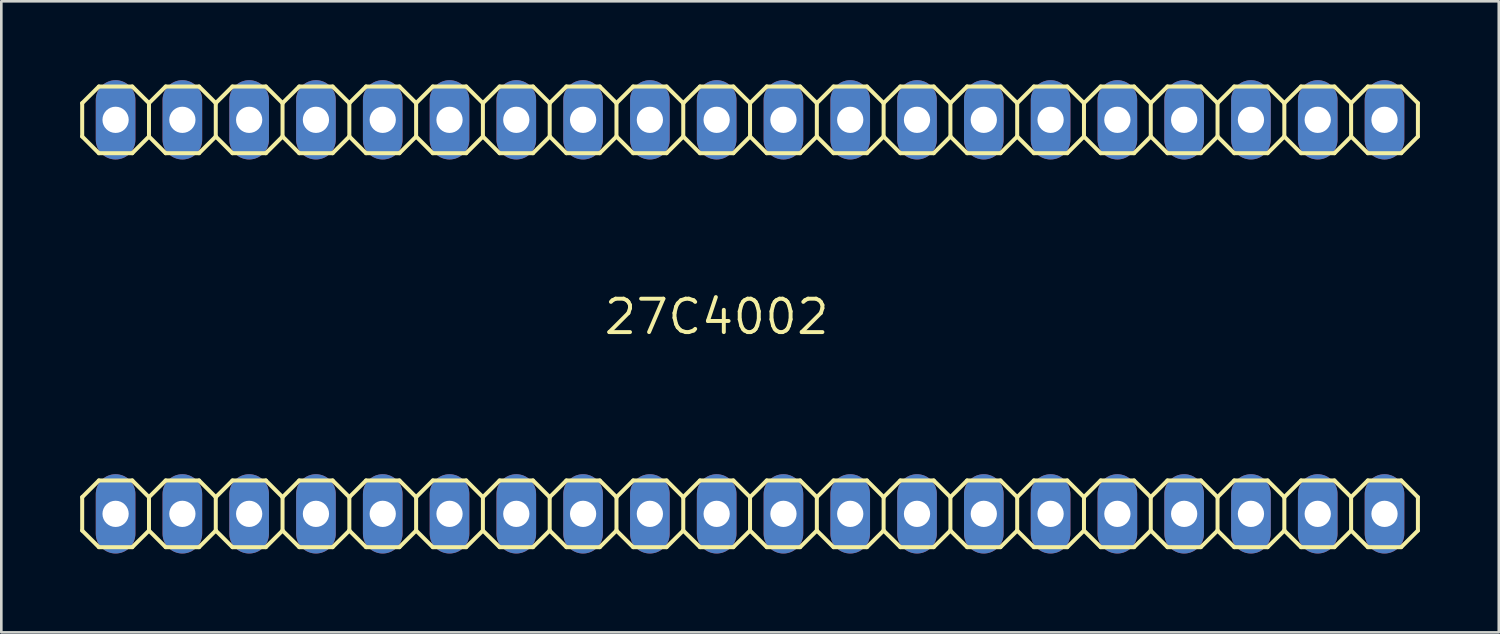
<source format=kicad_pcb>
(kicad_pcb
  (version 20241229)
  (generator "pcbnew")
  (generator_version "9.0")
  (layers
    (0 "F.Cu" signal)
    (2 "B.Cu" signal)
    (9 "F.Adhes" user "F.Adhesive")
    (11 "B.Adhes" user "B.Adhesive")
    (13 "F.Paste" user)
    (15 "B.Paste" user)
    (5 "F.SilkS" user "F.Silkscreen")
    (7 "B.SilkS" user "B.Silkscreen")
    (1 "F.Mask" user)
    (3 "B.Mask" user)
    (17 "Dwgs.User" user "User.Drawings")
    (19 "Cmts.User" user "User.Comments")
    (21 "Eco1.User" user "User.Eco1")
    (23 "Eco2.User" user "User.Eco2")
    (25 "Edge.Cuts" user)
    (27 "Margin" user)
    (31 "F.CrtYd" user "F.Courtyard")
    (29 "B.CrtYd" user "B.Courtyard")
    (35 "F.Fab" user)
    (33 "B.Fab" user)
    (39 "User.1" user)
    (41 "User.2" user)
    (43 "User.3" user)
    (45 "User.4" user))
  (footprint "27C4002"
    (layer "F.Cu")
    (at 24.206 9)
    (property "Reference" "27C4002" (at 0 0 0) (layer "F.SilkS") (effects (font (size 1.27 1.27) (thickness 0.15))))
    (attr exclude_from_pos_files exclude_from_bom)
    (fp_line (start -24.13 -8.128) (end -24.13 -6.858) (stroke (width 0.152) (type solid)) (layer "F.SilkS"))
    (fp_line (start -24.13 -6.858) (end -23.495 -6.223) (stroke (width 0.152) (type solid)) (layer "F.SilkS"))
    (fp_line (start -24.13 6.858) (end -24.13 8.128) (stroke (width 0.152) (type solid)) (layer "F.SilkS"))
    (fp_line (start -24.13 8.128) (end -23.495 8.76) (stroke (width 0.152) (type solid)) (layer "F.SilkS"))
    (fp_line (start -23.495 -8.76) (end -24.13 -8.128) (stroke (width 0.152) (type solid)) (layer "F.SilkS"))
    (fp_line (start -23.495 -8.76) (end -22.225 -8.76) (stroke (width 0.152) (type solid)) (layer "F.SilkS"))
    (fp_line (start -23.495 6.223) (end -24.13 6.858) (stroke (width 0.152) (type solid)) (layer "F.SilkS"))
    (fp_line (start -23.495 6.223) (end -22.225 6.223) (stroke (width 0.152) (type solid)) (layer "F.SilkS"))
    (fp_line (start -22.225 -8.76) (end -21.59 -8.128) (stroke (width 0.152) (type solid)) (layer "F.SilkS"))
    (fp_line (start -22.225 -6.223) (end -23.495 -6.223) (stroke (width 0.152) (type solid)) (layer "F.SilkS"))
    (fp_line (start -22.225 6.223) (end -21.59 6.858) (stroke (width 0.152) (type solid)) (layer "F.SilkS"))
    (fp_line (start -22.225 8.76) (end -23.495 8.76) (stroke (width 0.152) (type solid)) (layer "F.SilkS"))
    (fp_line (start -21.59 -8.128) (end -21.59 -6.858) (stroke (width 0.152) (type solid)) (layer "F.SilkS"))
    (fp_line (start -21.59 -8.128) (end -20.955 -8.76) (stroke (width 0.152) (type solid)) (layer "F.SilkS"))
    (fp_line (start -21.59 -6.858) (end -22.225 -6.223) (stroke (width 0.152) (type solid)) (layer "F.SilkS"))
    (fp_line (start -21.59 6.858) (end -21.59 8.128) (stroke (width 0.152) (type solid)) (layer "F.SilkS"))
    (fp_line (start -21.59 6.858) (end -20.955 6.223) (stroke (width 0.152) (type solid)) (layer "F.SilkS"))
    (fp_line (start -21.59 8.128) (end -22.225 8.76) (stroke (width 0.152) (type solid)) (layer "F.SilkS"))
    (fp_line (start -20.955 -8.76) (end -19.685 -8.76) (stroke (width 0.152) (type solid)) (layer "F.SilkS"))
    (fp_line (start -20.955 -6.223) (end -21.59 -6.858) (stroke (width 0.152) (type solid)) (layer "F.SilkS"))
    (fp_line (start -20.955 6.223) (end -19.685 6.223) (stroke (width 0.152) (type solid)) (layer "F.SilkS"))
    (fp_line (start -20.955 8.76) (end -21.59 8.128) (stroke (width 0.152) (type solid)) (layer "F.SilkS"))
    (fp_line (start -19.685 -8.76) (end -19.05 -8.128) (stroke (width 0.152) (type solid)) (layer "F.SilkS"))
    (fp_line (start -19.685 -6.223) (end -20.955 -6.223) (stroke (width 0.152) (type solid)) (layer "F.SilkS"))
    (fp_line (start -19.685 6.223) (end -19.05 6.858) (stroke (width 0.152) (type solid)) (layer "F.SilkS"))
    (fp_line (start -19.685 8.76) (end -20.955 8.76) (stroke (width 0.152) (type solid)) (layer "F.SilkS"))
    (fp_line (start -19.05 -8.128) (end -19.05 -6.858) (stroke (width 0.152) (type solid)) (layer "F.SilkS"))
    (fp_line (start -19.05 -8.128) (end -18.415 -8.76) (stroke (width 0.152) (type solid)) (layer "F.SilkS"))
    (fp_line (start -19.05 -6.858) (end -19.685 -6.223) (stroke (width 0.152) (type solid)) (layer "F.SilkS"))
    (fp_line (start -19.05 6.858) (end -19.05 8.128) (stroke (width 0.152) (type solid)) (layer "F.SilkS"))
    (fp_line (start -19.05 6.858) (end -18.415 6.223) (stroke (width 0.152) (type solid)) (layer "F.SilkS"))
    (fp_line (start -19.05 8.128) (end -19.685 8.76) (stroke (width 0.152) (type solid)) (layer "F.SilkS"))
    (fp_line (start -18.415 -8.76) (end -17.145 -8.76) (stroke (width 0.152) (type solid)) (layer "F.SilkS"))
    (fp_line (start -18.415 -6.223) (end -19.05 -6.858) (stroke (width 0.152) (type solid)) (layer "F.SilkS"))
    (fp_line (start -18.415 6.223) (end -17.145 6.223) (stroke (width 0.152) (type solid)) (layer "F.SilkS"))
    (fp_line (start -18.415 8.76) (end -19.05 8.128) (stroke (width 0.152) (type solid)) (layer "F.SilkS"))
    (fp_line (start -17.145 -8.76) (end -16.51 -8.128) (stroke (width 0.152) (type solid)) (layer "F.SilkS"))
    (fp_line (start -17.145 -6.223) (end -18.415 -6.223) (stroke (width 0.152) (type solid)) (layer "F.SilkS"))
    (fp_line (start -17.145 6.223) (end -16.51 6.858) (stroke (width 0.152) (type solid)) (layer "F.SilkS"))
    (fp_line (start -17.145 8.76) (end -18.415 8.76) (stroke (width 0.152) (type solid)) (layer "F.SilkS"))
    (fp_line (start -16.51 -8.128) (end -16.51 -6.858) (stroke (width 0.152) (type solid)) (layer "F.SilkS"))
    (fp_line (start -16.51 -6.858) (end -17.145 -6.223) (stroke (width 0.152) (type solid)) (layer "F.SilkS"))
    (fp_line (start -16.51 -6.858) (end -15.875 -6.223) (stroke (width 0.152) (type solid)) (layer "F.SilkS"))
    (fp_line (start -16.51 6.858) (end -16.51 8.128) (stroke (width 0.152) (type solid)) (layer "F.SilkS"))
    (fp_line (start -16.51 8.128) (end -17.145 8.76) (stroke (width 0.152) (type solid)) (layer "F.SilkS"))
    (fp_line (start -16.51 8.128) (end -15.875 8.76) (stroke (width 0.152) (type solid)) (layer "F.SilkS"))
    (fp_line (start -15.875 -8.76) (end -16.51 -8.128) (stroke (width 0.152) (type solid)) (layer "F.SilkS"))
    (fp_line (start -15.875 -8.76) (end -14.605 -8.76) (stroke (width 0.152) (type solid)) (layer "F.SilkS"))
    (fp_line (start -15.875 6.223) (end -16.51 6.858) (stroke (width 0.152) (type solid)) (layer "F.SilkS"))
    (fp_line (start -15.875 6.223) (end -14.605 6.223) (stroke (width 0.152) (type solid)) (layer "F.SilkS"))
    (fp_line (start -14.605 -8.76) (end -13.97 -8.128) (stroke (width 0.152) (type solid)) (layer "F.SilkS"))
    (fp_line (start -14.605 -6.223) (end -15.875 -6.223) (stroke (width 0.152) (type solid)) (layer "F.SilkS"))
    (fp_line (start -14.605 6.223) (end -13.97 6.858) (stroke (width 0.152) (type solid)) (layer "F.SilkS"))
    (fp_line (start -14.605 8.76) (end -15.875 8.76) (stroke (width 0.152) (type solid)) (layer "F.SilkS"))
    (fp_line (start -13.97 -8.128) (end -13.97 -6.858) (stroke (width 0.152) (type solid)) (layer "F.SilkS"))
    (fp_line (start -13.97 -8.128) (end -13.335 -8.76) (stroke (width 0.152) (type solid)) (layer "F.SilkS"))
    (fp_line (start -13.97 -6.858) (end -14.605 -6.223) (stroke (width 0.152) (type solid)) (layer "F.SilkS"))
    (fp_line (start -13.97 6.858) (end -13.97 8.128) (stroke (width 0.152) (type solid)) (layer "F.SilkS"))
    (fp_line (start -13.97 6.858) (end -13.335 6.223) (stroke (width 0.152) (type solid)) (layer "F.SilkS"))
    (fp_line (start -13.97 8.128) (end -14.605 8.76) (stroke (width 0.152) (type solid)) (layer "F.SilkS"))
    (fp_line (start -13.335 -8.76) (end -12.065 -8.76) (stroke (width 0.152) (type solid)) (layer "F.SilkS"))
    (fp_line (start -13.335 -6.223) (end -13.97 -6.858) (stroke (width 0.152) (type solid)) (layer "F.SilkS"))
    (fp_line (start -13.335 6.223) (end -12.065 6.223) (stroke (width 0.152) (type solid)) (layer "F.SilkS"))
    (fp_line (start -13.335 8.76) (end -13.97 8.128) (stroke (width 0.152) (type solid)) (layer "F.SilkS"))
    (fp_line (start -12.065 -8.76) (end -11.43 -8.128) (stroke (width 0.152) (type solid)) (layer "F.SilkS"))
    (fp_line (start -12.065 -6.223) (end -13.335 -6.223) (stroke (width 0.152) (type solid)) (layer "F.SilkS"))
    (fp_line (start -12.065 6.223) (end -11.43 6.858) (stroke (width 0.152) (type solid)) (layer "F.SilkS"))
    (fp_line (start -12.065 8.76) (end -13.335 8.76) (stroke (width 0.152) (type solid)) (layer "F.SilkS"))
    (fp_line (start -11.43 -8.128) (end -11.43 -6.858) (stroke (width 0.152) (type solid)) (layer "F.SilkS"))
    (fp_line (start -11.43 -8.128) (end -10.795 -8.76) (stroke (width 0.152) (type solid)) (layer "F.SilkS"))
    (fp_line (start -11.43 -6.858) (end -12.065 -6.223) (stroke (width 0.152) (type solid)) (layer "F.SilkS"))
    (fp_line (start -11.43 6.858) (end -11.43 8.128) (stroke (width 0.152) (type solid)) (layer "F.SilkS"))
    (fp_line (start -11.43 6.858) (end -10.795 6.223) (stroke (width 0.152) (type solid)) (layer "F.SilkS"))
    (fp_line (start -11.43 8.128) (end -12.065 8.76) (stroke (width 0.152) (type solid)) (layer "F.SilkS"))
    (fp_line (start -10.795 -8.76) (end -9.525 -8.76) (stroke (width 0.152) (type solid)) (layer "F.SilkS"))
    (fp_line (start -10.795 -6.223) (end -11.43 -6.858) (stroke (width 0.152) (type solid)) (layer "F.SilkS"))
    (fp_line (start -10.795 6.223) (end -9.525 6.223) (stroke (width 0.152) (type solid)) (layer "F.SilkS"))
    (fp_line (start -10.795 8.76) (end -11.43 8.128) (stroke (width 0.152) (type solid)) (layer "F.SilkS"))
    (fp_line (start -9.525 -8.76) (end -8.89 -8.128) (stroke (width 0.152) (type solid)) (layer "F.SilkS"))
    (fp_line (start -9.525 -6.223) (end -10.795 -6.223) (stroke (width 0.152) (type solid)) (layer "F.SilkS"))
    (fp_line (start -9.525 6.223) (end -8.89 6.858) (stroke (width 0.152) (type solid)) (layer "F.SilkS"))
    (fp_line (start -9.525 8.76) (end -10.795 8.76) (stroke (width 0.152) (type solid)) (layer "F.SilkS"))
    (fp_line (start -8.89 -8.128) (end -8.89 -6.858) (stroke (width 0.152) (type solid)) (layer "F.SilkS"))
    (fp_line (start -8.89 -6.858) (end -9.525 -6.223) (stroke (width 0.152) (type solid)) (layer "F.SilkS"))
    (fp_line (start -8.89 -6.858) (end -8.255 -6.223) (stroke (width 0.152) (type solid)) (layer "F.SilkS"))
    (fp_line (start -8.89 6.858) (end -8.89 8.128) (stroke (width 0.152) (type solid)) (layer "F.SilkS"))
    (fp_line (start -8.89 8.128) (end -9.525 8.76) (stroke (width 0.152) (type solid)) (layer "F.SilkS"))
    (fp_line (start -8.89 8.128) (end -8.255 8.76) (stroke (width 0.152) (type solid)) (layer "F.SilkS"))
    (fp_line (start -8.255 -8.76) (end -8.89 -8.128) (stroke (width 0.152) (type solid)) (layer "F.SilkS"))
    (fp_line (start -8.255 -8.76) (end -6.985 -8.76) (stroke (width 0.152) (type solid)) (layer "F.SilkS"))
    (fp_line (start -8.255 6.223) (end -8.89 6.858) (stroke (width 0.152) (type solid)) (layer "F.SilkS"))
    (fp_line (start -8.255 6.223) (end -6.985 6.223) (stroke (width 0.152) (type solid)) (layer "F.SilkS"))
    (fp_line (start -6.985 -8.76) (end -6.35 -8.128) (stroke (width 0.152) (type solid)) (layer "F.SilkS"))
    (fp_line (start -6.985 -6.223) (end -8.255 -6.223) (stroke (width 0.152) (type solid)) (layer "F.SilkS"))
    (fp_line (start -6.985 6.223) (end -6.35 6.858) (stroke (width 0.152) (type solid)) (layer "F.SilkS"))
    (fp_line (start -6.985 8.76) (end -8.255 8.76) (stroke (width 0.152) (type solid)) (layer "F.SilkS"))
    (fp_line (start -6.35 -8.128) (end -6.35 -6.858) (stroke (width 0.152) (type solid)) (layer "F.SilkS"))
    (fp_line (start -6.35 -8.128) (end -5.715 -8.76) (stroke (width 0.152) (type solid)) (layer "F.SilkS"))
    (fp_line (start -6.35 -6.858) (end -6.985 -6.223) (stroke (width 0.152) (type solid)) (layer "F.SilkS"))
    (fp_line (start -6.35 6.858) (end -6.35 8.128) (stroke (width 0.152) (type solid)) (layer "F.SilkS"))
    (fp_line (start -6.35 6.858) (end -5.715 6.223) (stroke (width 0.152) (type solid)) (layer "F.SilkS"))
    (fp_line (start -6.35 8.128) (end -6.985 8.76) (stroke (width 0.152) (type solid)) (layer "F.SilkS"))
    (fp_line (start -5.715 -8.76) (end -4.445 -8.76) (stroke (width 0.152) (type solid)) (layer "F.SilkS"))
    (fp_line (start -5.715 -6.223) (end -6.35 -6.858) (stroke (width 0.152) (type solid)) (layer "F.SilkS"))
    (fp_line (start -5.715 6.223) (end -4.445 6.223) (stroke (width 0.152) (type solid)) (layer "F.SilkS"))
    (fp_line (start -5.715 8.76) (end -6.35 8.128) (stroke (width 0.152) (type solid)) (layer "F.SilkS"))
    (fp_line (start -4.445 -8.76) (end -3.81 -8.128) (stroke (width 0.152) (type solid)) (layer "F.SilkS"))
    (fp_line (start -4.445 -6.223) (end -5.715 -6.223) (stroke (width 0.152) (type solid)) (layer "F.SilkS"))
    (fp_line (start -4.445 6.223) (end -3.81 6.858) (stroke (width 0.152) (type solid)) (layer "F.SilkS"))
    (fp_line (start -4.445 8.76) (end -5.715 8.76) (stroke (width 0.152) (type solid)) (layer "F.SilkS"))
    (fp_line (start -3.81 -8.128) (end -3.81 -6.858) (stroke (width 0.152) (type solid)) (layer "F.SilkS"))
    (fp_line (start -3.81 -8.128) (end -3.175 -8.76) (stroke (width 0.152) (type solid)) (layer "F.SilkS"))
    (fp_line (start -3.81 -6.858) (end -4.445 -6.223) (stroke (width 0.152) (type solid)) (layer "F.SilkS"))
    (fp_line (start -3.81 6.858) (end -3.81 8.128) (stroke (width 0.152) (type solid)) (layer "F.SilkS"))
    (fp_line (start -3.81 6.858) (end -3.175 6.223) (stroke (width 0.152) (type solid)) (layer "F.SilkS"))
    (fp_line (start -3.81 8.128) (end -4.445 8.76) (stroke (width 0.152) (type solid)) (layer "F.SilkS"))
    (fp_line (start -3.175 -8.76) (end -1.905 -8.76) (stroke (width 0.152) (type solid)) (layer "F.SilkS"))
    (fp_line (start -3.175 -6.223) (end -3.81 -6.858) (stroke (width 0.152) (type solid)) (layer "F.SilkS"))
    (fp_line (start -3.175 6.223) (end -1.905 6.223) (stroke (width 0.152) (type solid)) (layer "F.SilkS"))
    (fp_line (start -3.175 8.76) (end -3.81 8.128) (stroke (width 0.152) (type solid)) (layer "F.SilkS"))
    (fp_line (start -1.905 -8.76) (end -1.27 -8.128) (stroke (width 0.152) (type solid)) (layer "F.SilkS"))
    (fp_line (start -1.905 -6.223) (end -3.175 -6.223) (stroke (width 0.152) (type solid)) (layer "F.SilkS"))
    (fp_line (start -1.905 6.223) (end -1.27 6.858) (stroke (width 0.152) (type solid)) (layer "F.SilkS"))
    (fp_line (start -1.905 8.76) (end -3.175 8.76) (stroke (width 0.152) (type solid)) (layer "F.SilkS"))
    (fp_line (start -1.27 -8.128) (end -1.27 -6.858) (stroke (width 0.152) (type solid)) (layer "F.SilkS"))
    (fp_line (start -1.27 -6.858) (end -1.905 -6.223) (stroke (width 0.152) (type solid)) (layer "F.SilkS"))
    (fp_line (start -1.27 -6.858) (end -0.635 -6.223) (stroke (width 0.152) (type solid)) (layer "F.SilkS"))
    (fp_line (start -1.27 6.858) (end -1.27 8.128) (stroke (width 0.152) (type solid)) (layer "F.SilkS"))
    (fp_line (start -1.27 8.128) (end -1.905 8.76) (stroke (width 0.152) (type solid)) (layer "F.SilkS"))
    (fp_line (start -1.27 8.128) (end -0.635 8.76) (stroke (width 0.152) (type solid)) (layer "F.SilkS"))
    (fp_line (start -0.635 -8.76) (end -1.27 -8.128) (stroke (width 0.152) (type solid)) (layer "F.SilkS"))
    (fp_line (start -0.635 -8.76) (end 0.635 -8.76) (stroke (width 0.152) (type solid)) (layer "F.SilkS"))
    (fp_line (start -0.635 6.223) (end -1.27 6.858) (stroke (width 0.152) (type solid)) (layer "F.SilkS"))
    (fp_line (start -0.635 6.223) (end 0.635 6.223) (stroke (width 0.152) (type solid)) (layer "F.SilkS"))
    (fp_line (start 0.635 -8.76) (end 1.27 -8.128) (stroke (width 0.152) (type solid)) (layer "F.SilkS"))
    (fp_line (start 0.635 -6.223) (end -0.635 -6.223) (stroke (width 0.152) (type solid)) (layer "F.SilkS"))
    (fp_line (start 0.635 6.223) (end 1.27 6.858) (stroke (width 0.152) (type solid)) (layer "F.SilkS"))
    (fp_line (start 0.635 8.76) (end -0.635 8.76) (stroke (width 0.152) (type solid)) (layer "F.SilkS"))
    (fp_line (start 1.27 -8.128) (end 1.27 -6.858) (stroke (width 0.152) (type solid)) (layer "F.SilkS"))
    (fp_line (start 1.27 -8.128) (end 1.905 -8.76) (stroke (width 0.152) (type solid)) (layer "F.SilkS"))
    (fp_line (start 1.27 -6.858) (end 0.635 -6.223) (stroke (width 0.152) (type solid)) (layer "F.SilkS"))
    (fp_line (start 1.27 6.858) (end 1.27 8.128) (stroke (width 0.152) (type solid)) (layer "F.SilkS"))
    (fp_line (start 1.27 6.858) (end 1.905 6.223) (stroke (width 0.152) (type solid)) (layer "F.SilkS"))
    (fp_line (start 1.27 8.128) (end 0.635 8.76) (stroke (width 0.152) (type solid)) (layer "F.SilkS"))
    (fp_line (start 1.905 -8.76) (end 3.175 -8.76) (stroke (width 0.152) (type solid)) (layer "F.SilkS"))
    (fp_line (start 1.905 -6.223) (end 1.27 -6.858) (stroke (width 0.152) (type solid)) (layer "F.SilkS"))
    (fp_line (start 1.905 6.223) (end 3.175 6.223) (stroke (width 0.152) (type solid)) (layer "F.SilkS"))
    (fp_line (start 1.905 8.76) (end 1.27 8.128) (stroke (width 0.152) (type solid)) (layer "F.SilkS"))
    (fp_line (start 3.175 -8.76) (end 3.81 -8.128) (stroke (width 0.152) (type solid)) (layer "F.SilkS"))
    (fp_line (start 3.175 -6.223) (end 1.905 -6.223) (stroke (width 0.152) (type solid)) (layer "F.SilkS"))
    (fp_line (start 3.175 6.223) (end 3.81 6.858) (stroke (width 0.152) (type solid)) (layer "F.SilkS"))
    (fp_line (start 3.175 8.76) (end 1.905 8.76) (stroke (width 0.152) (type solid)) (layer "F.SilkS"))
    (fp_line (start 3.81 -8.128) (end 3.81 -6.858) (stroke (width 0.152) (type solid)) (layer "F.SilkS"))
    (fp_line (start 3.81 -8.128) (end 4.445 -8.76) (stroke (width 0.152) (type solid)) (layer "F.SilkS"))
    (fp_line (start 3.81 -6.858) (end 3.175 -6.223) (stroke (width 0.152) (type solid)) (layer "F.SilkS"))
    (fp_line (start 3.81 6.858) (end 3.81 8.128) (stroke (width 0.152) (type solid)) (layer "F.SilkS"))
    (fp_line (start 3.81 6.858) (end 4.445 6.223) (stroke (width 0.152) (type solid)) (layer "F.SilkS"))
    (fp_line (start 3.81 8.128) (end 3.175 8.76) (stroke (width 0.152) (type solid)) (layer "F.SilkS"))
    (fp_line (start 4.445 -8.76) (end 5.715 -8.76) (stroke (width 0.152) (type solid)) (layer "F.SilkS"))
    (fp_line (start 4.445 -6.223) (end 3.81 -6.858) (stroke (width 0.152) (type solid)) (layer "F.SilkS"))
    (fp_line (start 4.445 6.223) (end 5.715 6.223) (stroke (width 0.152) (type solid)) (layer "F.SilkS"))
    (fp_line (start 4.445 8.76) (end 3.81 8.128) (stroke (width 0.152) (type solid)) (layer "F.SilkS"))
    (fp_line (start 5.715 -8.76) (end 6.35 -8.128) (stroke (width 0.152) (type solid)) (layer "F.SilkS"))
    (fp_line (start 5.715 -6.223) (end 4.445 -6.223) (stroke (width 0.152) (type solid)) (layer "F.SilkS"))
    (fp_line (start 5.715 6.223) (end 6.35 6.858) (stroke (width 0.152) (type solid)) (layer "F.SilkS"))
    (fp_line (start 5.715 8.76) (end 4.445 8.76) (stroke (width 0.152) (type solid)) (layer "F.SilkS"))
    (fp_line (start 6.35 -8.128) (end 6.35 -6.858) (stroke (width 0.152) (type solid)) (layer "F.SilkS"))
    (fp_line (start 6.35 -6.858) (end 5.715 -6.223) (stroke (width 0.152) (type solid)) (layer "F.SilkS"))
    (fp_line (start 6.35 -6.858) (end 6.985 -6.223) (stroke (width 0.152) (type solid)) (layer "F.SilkS"))
    (fp_line (start 6.35 6.858) (end 6.35 8.128) (stroke (width 0.152) (type solid)) (layer "F.SilkS"))
    (fp_line (start 6.35 8.128) (end 5.715 8.76) (stroke (width 0.152) (type solid)) (layer "F.SilkS"))
    (fp_line (start 6.35 8.128) (end 6.985 8.76) (stroke (width 0.152) (type solid)) (layer "F.SilkS"))
    (fp_line (start 6.985 -8.76) (end 6.35 -8.128) (stroke (width 0.152) (type solid)) (layer "F.SilkS"))
    (fp_line (start 6.985 -8.76) (end 8.255 -8.76) (stroke (width 0.152) (type solid)) (layer "F.SilkS"))
    (fp_line (start 6.985 6.223) (end 6.35 6.858) (stroke (width 0.152) (type solid)) (layer "F.SilkS"))
    (fp_line (start 6.985 6.223) (end 8.255 6.223) (stroke (width 0.152) (type solid)) (layer "F.SilkS"))
    (fp_line (start 8.255 -8.76) (end 8.89 -8.128) (stroke (width 0.152) (type solid)) (layer "F.SilkS"))
    (fp_line (start 8.255 -6.223) (end 6.985 -6.223) (stroke (width 0.152) (type solid)) (layer "F.SilkS"))
    (fp_line (start 8.255 6.223) (end 8.89 6.858) (stroke (width 0.152) (type solid)) (layer "F.SilkS"))
    (fp_line (start 8.255 8.76) (end 6.985 8.76) (stroke (width 0.152) (type solid)) (layer "F.SilkS"))
    (fp_line (start 8.89 -8.128) (end 8.89 -6.858) (stroke (width 0.152) (type solid)) (layer "F.SilkS"))
    (fp_line (start 8.89 -8.128) (end 9.525 -8.76) (stroke (width 0.152) (type solid)) (layer "F.SilkS"))
    (fp_line (start 8.89 -6.858) (end 8.255 -6.223) (stroke (width 0.152) (type solid)) (layer "F.SilkS"))
    (fp_line (start 8.89 6.858) (end 8.89 8.128) (stroke (width 0.152) (type solid)) (layer "F.SilkS"))
    (fp_line (start 8.89 6.858) (end 9.525 6.223) (stroke (width 0.152) (type solid)) (layer "F.SilkS"))
    (fp_line (start 8.89 8.128) (end 8.255 8.76) (stroke (width 0.152) (type solid)) (layer "F.SilkS"))
    (fp_line (start 9.525 -8.76) (end 10.795 -8.76) (stroke (width 0.152) (type solid)) (layer "F.SilkS"))
    (fp_line (start 9.525 -6.223) (end 8.89 -6.858) (stroke (width 0.152) (type solid)) (layer "F.SilkS"))
    (fp_line (start 9.525 6.223) (end 10.795 6.223) (stroke (width 0.152) (type solid)) (layer "F.SilkS"))
    (fp_line (start 9.525 8.76) (end 8.89 8.128) (stroke (width 0.152) (type solid)) (layer "F.SilkS"))
    (fp_line (start 10.795 -8.76) (end 11.43 -8.128) (stroke (width 0.152) (type solid)) (layer "F.SilkS"))
    (fp_line (start 10.795 -6.223) (end 9.525 -6.223) (stroke (width 0.152) (type solid)) (layer "F.SilkS"))
    (fp_line (start 10.795 6.223) (end 11.43 6.858) (stroke (width 0.152) (type solid)) (layer "F.SilkS"))
    (fp_line (start 10.795 8.76) (end 9.525 8.76) (stroke (width 0.152) (type solid)) (layer "F.SilkS"))
    (fp_line (start 11.43 -8.128) (end 11.43 -6.858) (stroke (width 0.152) (type solid)) (layer "F.SilkS"))
    (fp_line (start 11.43 -8.128) (end 12.065 -8.76) (stroke (width 0.152) (type solid)) (layer "F.SilkS"))
    (fp_line (start 11.43 -6.858) (end 10.795 -6.223) (stroke (width 0.152) (type solid)) (layer "F.SilkS"))
    (fp_line (start 11.43 6.858) (end 11.43 8.128) (stroke (width 0.152) (type solid)) (layer "F.SilkS"))
    (fp_line (start 11.43 6.858) (end 12.065 6.223) (stroke (width 0.152) (type solid)) (layer "F.SilkS"))
    (fp_line (start 11.43 8.128) (end 10.795 8.76) (stroke (width 0.152) (type solid)) (layer "F.SilkS"))
    (fp_line (start 12.065 -8.76) (end 13.335 -8.76) (stroke (width 0.152) (type solid)) (layer "F.SilkS"))
    (fp_line (start 12.065 -6.223) (end 11.43 -6.858) (stroke (width 0.152) (type solid)) (layer "F.SilkS"))
    (fp_line (start 12.065 6.223) (end 13.335 6.223) (stroke (width 0.152) (type solid)) (layer "F.SilkS"))
    (fp_line (start 12.065 8.76) (end 11.43 8.128) (stroke (width 0.152) (type solid)) (layer "F.SilkS"))
    (fp_line (start 13.335 -8.76) (end 13.97 -8.128) (stroke (width 0.152) (type solid)) (layer "F.SilkS"))
    (fp_line (start 13.335 -6.223) (end 12.065 -6.223) (stroke (width 0.152) (type solid)) (layer "F.SilkS"))
    (fp_line (start 13.335 6.223) (end 13.97 6.858) (stroke (width 0.152) (type solid)) (layer "F.SilkS"))
    (fp_line (start 13.335 8.76) (end 12.065 8.76) (stroke (width 0.152) (type solid)) (layer "F.SilkS"))
    (fp_line (start 13.97 -8.128) (end 13.97 -6.858) (stroke (width 0.152) (type solid)) (layer "F.SilkS"))
    (fp_line (start 13.97 -6.858) (end 13.335 -6.223) (stroke (width 0.152) (type solid)) (layer "F.SilkS"))
    (fp_line (start 13.97 -6.858) (end 14.605 -6.223) (stroke (width 0.152) (type solid)) (layer "F.SilkS"))
    (fp_line (start 13.97 6.858) (end 13.97 8.128) (stroke (width 0.152) (type solid)) (layer "F.SilkS"))
    (fp_line (start 13.97 8.128) (end 13.335 8.76) (stroke (width 0.152) (type solid)) (layer "F.SilkS"))
    (fp_line (start 13.97 8.128) (end 14.605 8.76) (stroke (width 0.152) (type solid)) (layer "F.SilkS"))
    (fp_line (start 14.605 -8.76) (end 13.97 -8.128) (stroke (width 0.152) (type solid)) (layer "F.SilkS"))
    (fp_line (start 14.605 -8.76) (end 15.875 -8.76) (stroke (width 0.152) (type solid)) (layer "F.SilkS"))
    (fp_line (start 14.605 6.223) (end 13.97 6.858) (stroke (width 0.152) (type solid)) (layer "F.SilkS"))
    (fp_line (start 14.605 6.223) (end 15.875 6.223) (stroke (width 0.152) (type solid)) (layer "F.SilkS"))
    (fp_line (start 15.875 -8.76) (end 16.51 -8.128) (stroke (width 0.152) (type solid)) (layer "F.SilkS"))
    (fp_line (start 15.875 -6.223) (end 14.605 -6.223) (stroke (width 0.152) (type solid)) (layer "F.SilkS"))
    (fp_line (start 15.875 6.223) (end 16.51 6.858) (stroke (width 0.152) (type solid)) (layer "F.SilkS"))
    (fp_line (start 15.875 8.76) (end 14.605 8.76) (stroke (width 0.152) (type solid)) (layer "F.SilkS"))
    (fp_line (start 16.51 -8.128) (end 16.51 -6.858) (stroke (width 0.152) (type solid)) (layer "F.SilkS"))
    (fp_line (start 16.51 -8.128) (end 17.145 -8.76) (stroke (width 0.152) (type solid)) (layer "F.SilkS"))
    (fp_line (start 16.51 -6.858) (end 15.875 -6.223) (stroke (width 0.152) (type solid)) (layer "F.SilkS"))
    (fp_line (start 16.51 6.858) (end 16.51 8.128) (stroke (width 0.152) (type solid)) (layer "F.SilkS"))
    (fp_line (start 16.51 6.858) (end 17.145 6.223) (stroke (width 0.152) (type solid)) (layer "F.SilkS"))
    (fp_line (start 16.51 8.128) (end 15.875 8.76) (stroke (width 0.152) (type solid)) (layer "F.SilkS"))
    (fp_line (start 17.145 -8.76) (end 18.415 -8.76) (stroke (width 0.152) (type solid)) (layer "F.SilkS"))
    (fp_line (start 17.145 -6.223) (end 16.51 -6.858) (stroke (width 0.152) (type solid)) (layer "F.SilkS"))
    (fp_line (start 17.145 6.223) (end 18.415 6.223) (stroke (width 0.152) (type solid)) (layer "F.SilkS"))
    (fp_line (start 17.145 8.76) (end 16.51 8.128) (stroke (width 0.152) (type solid)) (layer "F.SilkS"))
    (fp_line (start 18.415 -8.76) (end 19.05 -8.128) (stroke (width 0.152) (type solid)) (layer "F.SilkS"))
    (fp_line (start 18.415 -6.223) (end 17.145 -6.223) (stroke (width 0.152) (type solid)) (layer "F.SilkS"))
    (fp_line (start 18.415 6.223) (end 19.05 6.858) (stroke (width 0.152) (type solid)) (layer "F.SilkS"))
    (fp_line (start 18.415 8.76) (end 17.145 8.76) (stroke (width 0.152) (type solid)) (layer "F.SilkS"))
    (fp_line (start 19.05 -8.128) (end 19.05 -6.858) (stroke (width 0.152) (type solid)) (layer "F.SilkS"))
    (fp_line (start 19.05 -8.128) (end 19.685 -8.76) (stroke (width 0.152) (type solid)) (layer "F.SilkS"))
    (fp_line (start 19.05 -6.858) (end 18.415 -6.223) (stroke (width 0.152) (type solid)) (layer "F.SilkS"))
    (fp_line (start 19.05 6.858) (end 19.05 8.128) (stroke (width 0.152) (type solid)) (layer "F.SilkS"))
    (fp_line (start 19.05 6.858) (end 19.685 6.223) (stroke (width 0.152) (type solid)) (layer "F.SilkS"))
    (fp_line (start 19.05 8.128) (end 18.415 8.76) (stroke (width 0.152) (type solid)) (layer "F.SilkS"))
    (fp_line (start 19.685 -8.76) (end 20.955 -8.76) (stroke (width 0.152) (type solid)) (layer "F.SilkS"))
    (fp_line (start 19.685 -6.223) (end 19.05 -6.858) (stroke (width 0.152) (type solid)) (layer "F.SilkS"))
    (fp_line (start 19.685 6.223) (end 20.955 6.223) (stroke (width 0.152) (type solid)) (layer "F.SilkS"))
    (fp_line (start 19.685 8.76) (end 19.05 8.128) (stroke (width 0.152) (type solid)) (layer "F.SilkS"))
    (fp_line (start 20.955 -8.76) (end 21.59 -8.128) (stroke (width 0.152) (type solid)) (layer "F.SilkS"))
    (fp_line (start 20.955 -6.223) (end 19.685 -6.223) (stroke (width 0.152) (type solid)) (layer "F.SilkS"))
    (fp_line (start 20.955 6.223) (end 21.59 6.858) (stroke (width 0.152) (type solid)) (layer "F.SilkS"))
    (fp_line (start 20.955 8.76) (end 19.685 8.76) (stroke (width 0.152) (type solid)) (layer "F.SilkS"))
    (fp_line (start 21.59 -8.128) (end 21.59 -6.858) (stroke (width 0.152) (type solid)) (layer "F.SilkS"))
    (fp_line (start 21.59 -6.858) (end 20.955 -6.223) (stroke (width 0.152) (type solid)) (layer "F.SilkS"))
    (fp_line (start 21.59 -6.858) (end 22.225 -6.223) (stroke (width 0.152) (type solid)) (layer "F.SilkS"))
    (fp_line (start 21.59 6.858) (end 21.59 8.128) (stroke (width 0.152) (type solid)) (layer "F.SilkS"))
    (fp_line (start 21.59 8.128) (end 20.955 8.76) (stroke (width 0.152) (type solid)) (layer "F.SilkS"))
    (fp_line (start 21.59 8.128) (end 22.225 8.76) (stroke (width 0.152) (type solid)) (layer "F.SilkS"))
    (fp_line (start 22.225 -8.76) (end 21.59 -8.128) (stroke (width 0.152) (type solid)) (layer "F.SilkS"))
    (fp_line (start 22.225 -8.76) (end 23.495 -8.76) (stroke (width 0.152) (type solid)) (layer "F.SilkS"))
    (fp_line (start 22.225 6.223) (end 21.59 6.858) (stroke (width 0.152) (type solid)) (layer "F.SilkS"))
    (fp_line (start 22.225 6.223) (end 23.495 6.223) (stroke (width 0.152) (type solid)) (layer "F.SilkS"))
    (fp_line (start 23.495 -8.76) (end 24.13 -8.128) (stroke (width 0.152) (type solid)) (layer "F.SilkS"))
    (fp_line (start 23.495 -6.223) (end 22.225 -6.223) (stroke (width 0.152) (type solid)) (layer "F.SilkS"))
    (fp_line (start 23.495 6.223) (end 24.13 6.858) (stroke (width 0.152) (type solid)) (layer "F.SilkS"))
    (fp_line (start 23.495 8.76) (end 22.225 8.76) (stroke (width 0.152) (type solid)) (layer "F.SilkS"))
    (fp_line (start 24.13 -8.128) (end 24.13 -6.858) (stroke (width 0.152) (type solid)) (layer "F.SilkS"))
    (fp_line (start 24.13 -6.858) (end 23.495 -6.223) (stroke (width 0.152) (type solid)) (layer "F.SilkS"))
    (fp_line (start 24.13 -6.858) (end 24.765 -6.223) (stroke (width 0.152) (type solid)) (layer "F.SilkS"))
    (fp_line (start 24.13 6.858) (end 24.13 8.128) (stroke (width 0.152) (type solid)) (layer "F.SilkS"))
    (fp_line (start 24.13 8.128) (end 23.495 8.76) (stroke (width 0.152) (type solid)) (layer "F.SilkS"))
    (fp_line (start 24.13 8.128) (end 24.765 8.76) (stroke (width 0.152) (type solid)) (layer "F.SilkS"))
    (fp_line (start 24.765 -8.76) (end 24.13 -8.128) (stroke (width 0.152) (type solid)) (layer "F.SilkS"))
    (fp_line (start 24.765 -8.76) (end 26.035 -8.76) (stroke (width 0.152) (type solid)) (layer "F.SilkS"))
    (fp_line (start 24.765 6.223) (end 24.13 6.858) (stroke (width 0.152) (type solid)) (layer "F.SilkS"))
    (fp_line (start 24.765 6.223) (end 26.035 6.223) (stroke (width 0.152) (type solid)) (layer "F.SilkS"))
    (fp_line (start 26.035 -8.76) (end 26.67 -8.128) (stroke (width 0.152) (type solid)) (layer "F.SilkS"))
    (fp_line (start 26.035 -6.223) (end 24.765 -6.223) (stroke (width 0.152) (type solid)) (layer "F.SilkS"))
    (fp_line (start 26.035 6.223) (end 26.67 6.858) (stroke (width 0.152) (type solid)) (layer "F.SilkS"))
    (fp_line (start 26.035 8.76) (end 24.765 8.76) (stroke (width 0.152) (type solid)) (layer "F.SilkS"))
    (fp_line (start 26.67 -8.128) (end 26.67 -6.858) (stroke (width 0.152) (type solid)) (layer "F.SilkS"))
    (fp_line (start 26.67 -6.858) (end 26.035 -6.223) (stroke (width 0.152) (type solid)) (layer "F.SilkS"))
    (fp_line (start 26.67 6.858) (end 26.67 8.128) (stroke (width 0.152) (type solid)) (layer "F.SilkS"))
    (fp_line (start 26.67 8.128) (end 26.035 8.76) (stroke (width 0.152) (type solid)) (layer "F.SilkS"))
    (fp_line (start -23.114 -7.747) (end -22.606 -7.747) (stroke (width 0.066) (type solid)) (layer "Dwgs.User"))
    (fp_line (start -23.114 -7.236) (end -23.114 -7.747) (stroke (width 0.066) (type solid)) (layer "Dwgs.User"))
    (fp_line (start -23.114 -7.236) (end -22.606 -7.236) (stroke (width 0.066) (type solid)) (layer "Dwgs.User"))
    (fp_line (start -23.114 7.236) (end -22.606 7.236) (stroke (width 0.066) (type solid)) (layer "Dwgs.User"))
    (fp_line (start -23.114 7.747) (end -23.114 7.236) (stroke (width 0.066) (type solid)) (layer "Dwgs.User"))
    (fp_line (start -23.114 7.747) (end -22.606 7.747) (stroke (width 0.066) (type solid)) (layer "Dwgs.User"))
    (fp_line (start -22.606 -7.236) (end -22.606 -7.747) (stroke (width 0.066) (type solid)) (layer "Dwgs.User"))
    (fp_line (start -22.606 7.747) (end -22.606 7.236) (stroke (width 0.066) (type solid)) (layer "Dwgs.User"))
    (fp_line (start -20.574 -7.747) (end -20.066 -7.747) (stroke (width 0.066) (type solid)) (layer "Dwgs.User"))
    (fp_line (start -20.574 -7.236) (end -20.574 -7.747) (stroke (width 0.066) (type solid)) (layer "Dwgs.User"))
    (fp_line (start -20.574 -7.236) (end -20.066 -7.236) (stroke (width 0.066) (type solid)) (layer "Dwgs.User"))
    (fp_line (start -20.574 7.236) (end -20.066 7.236) (stroke (width 0.066) (type solid)) (layer "Dwgs.User"))
    (fp_line (start -20.574 7.747) (end -20.574 7.236) (stroke (width 0.066) (type solid)) (layer "Dwgs.User"))
    (fp_line (start -20.574 7.747) (end -20.066 7.747) (stroke (width 0.066) (type solid)) (layer "Dwgs.User"))
    (fp_line (start -20.066 -7.236) (end -20.066 -7.747) (stroke (width 0.066) (type solid)) (layer "Dwgs.User"))
    (fp_line (start -20.066 7.747) (end -20.066 7.236) (stroke (width 0.066) (type solid)) (layer "Dwgs.User"))
    (fp_line (start -18.034 -7.747) (end -17.523 -7.747) (stroke (width 0.066) (type solid)) (layer "Dwgs.User"))
    (fp_line (start -18.034 -7.236) (end -18.034 -7.747) (stroke (width 0.066) (type solid)) (layer "Dwgs.User"))
    (fp_line (start -18.034 -7.236) (end -17.523 -7.236) (stroke (width 0.066) (type solid)) (layer "Dwgs.User"))
    (fp_line (start -18.034 7.236) (end -17.523 7.236) (stroke (width 0.066) (type solid)) (layer "Dwgs.User"))
    (fp_line (start -18.034 7.747) (end -18.034 7.236) (stroke (width 0.066) (type solid)) (layer "Dwgs.User"))
    (fp_line (start -18.034 7.747) (end -17.523 7.747) (stroke (width 0.066) (type solid)) (layer "Dwgs.User"))
    (fp_line (start -17.523 -7.236) (end -17.523 -7.747) (stroke (width 0.066) (type solid)) (layer "Dwgs.User"))
    (fp_line (start -17.523 7.747) (end -17.523 7.236) (stroke (width 0.066) (type solid)) (layer "Dwgs.User"))
    (fp_line (start -15.494 -7.747) (end -14.986 -7.747) (stroke (width 0.066) (type solid)) (layer "Dwgs.User"))
    (fp_line (start -15.494 -7.236) (end -15.494 -7.747) (stroke (width 0.066) (type solid)) (layer "Dwgs.User"))
    (fp_line (start -15.494 -7.236) (end -14.986 -7.236) (stroke (width 0.066) (type solid)) (layer "Dwgs.User"))
    (fp_line (start -15.494 7.236) (end -14.986 7.236) (stroke (width 0.066) (type solid)) (layer "Dwgs.User"))
    (fp_line (start -15.494 7.747) (end -15.494 7.236) (stroke (width 0.066) (type solid)) (layer "Dwgs.User"))
    (fp_line (start -15.494 7.747) (end -14.986 7.747) (stroke (width 0.066) (type solid)) (layer "Dwgs.User"))
    (fp_line (start -14.986 -7.236) (end -14.986 -7.747) (stroke (width 0.066) (type solid)) (layer "Dwgs.User"))
    (fp_line (start -14.986 7.747) (end -14.986 7.236) (stroke (width 0.066) (type solid)) (layer "Dwgs.User"))
    (fp_line (start -12.954 -7.747) (end -12.446 -7.747) (stroke (width 0.066) (type solid)) (layer "Dwgs.User"))
    (fp_line (start -12.954 -7.236) (end -12.954 -7.747) (stroke (width 0.066) (type solid)) (layer "Dwgs.User"))
    (fp_line (start -12.954 -7.236) (end -12.446 -7.236) (stroke (width 0.066) (type solid)) (layer "Dwgs.User"))
    (fp_line (start -12.954 7.236) (end -12.446 7.236) (stroke (width 0.066) (type solid)) (layer "Dwgs.User"))
    (fp_line (start -12.954 7.747) (end -12.954 7.236) (stroke (width 0.066) (type solid)) (layer "Dwgs.User"))
    (fp_line (start -12.954 7.747) (end -12.446 7.747) (stroke (width 0.066) (type solid)) (layer "Dwgs.User"))
    (fp_line (start -12.446 -7.236) (end -12.446 -7.747) (stroke (width 0.066) (type solid)) (layer "Dwgs.User"))
    (fp_line (start -12.446 7.747) (end -12.446 7.236) (stroke (width 0.066) (type solid)) (layer "Dwgs.User"))
    (fp_line (start -10.414 -7.747) (end -9.906 -7.747) (stroke (width 0.066) (type solid)) (layer "Dwgs.User"))
    (fp_line (start -10.414 -7.236) (end -10.414 -7.747) (stroke (width 0.066) (type solid)) (layer "Dwgs.User"))
    (fp_line (start -10.414 -7.236) (end -9.906 -7.236) (stroke (width 0.066) (type solid)) (layer "Dwgs.User"))
    (fp_line (start -10.414 7.236) (end -9.906 7.236) (stroke (width 0.066) (type solid)) (layer "Dwgs.User"))
    (fp_line (start -10.414 7.747) (end -10.414 7.236) (stroke (width 0.066) (type solid)) (layer "Dwgs.User"))
    (fp_line (start -10.414 7.747) (end -9.906 7.747) (stroke (width 0.066) (type solid)) (layer "Dwgs.User"))
    (fp_line (start -9.906 -7.236) (end -9.906 -7.747) (stroke (width 0.066) (type solid)) (layer "Dwgs.User"))
    (fp_line (start -9.906 7.747) (end -9.906 7.236) (stroke (width 0.066) (type solid)) (layer "Dwgs.User"))
    (fp_line (start -7.874 -7.747) (end -7.366 -7.747) (stroke (width 0.066) (type solid)) (layer "Dwgs.User"))
    (fp_line (start -7.874 -7.236) (end -7.874 -7.747) (stroke (width 0.066) (type solid)) (layer "Dwgs.User"))
    (fp_line (start -7.874 -7.236) (end -7.366 -7.236) (stroke (width 0.066) (type solid)) (layer "Dwgs.User"))
    (fp_line (start -7.874 7.236) (end -7.366 7.236) (stroke (width 0.066) (type solid)) (layer "Dwgs.User"))
    (fp_line (start -7.874 7.747) (end -7.874 7.236) (stroke (width 0.066) (type solid)) (layer "Dwgs.User"))
    (fp_line (start -7.874 7.747) (end -7.366 7.747) (stroke (width 0.066) (type solid)) (layer "Dwgs.User"))
    (fp_line (start -7.366 -7.236) (end -7.366 -7.747) (stroke (width 0.066) (type solid)) (layer "Dwgs.User"))
    (fp_line (start -7.366 7.747) (end -7.366 7.236) (stroke (width 0.066) (type solid)) (layer "Dwgs.User"))
    (fp_line (start -5.334 -7.747) (end -4.826 -7.747) (stroke (width 0.066) (type solid)) (layer "Dwgs.User"))
    (fp_line (start -5.334 -7.236) (end -5.334 -7.747) (stroke (width 0.066) (type solid)) (layer "Dwgs.User"))
    (fp_line (start -5.334 -7.236) (end -4.826 -7.236) (stroke (width 0.066) (type solid)) (layer "Dwgs.User"))
    (fp_line (start -5.334 7.236) (end -4.826 7.236) (stroke (width 0.066) (type solid)) (layer "Dwgs.User"))
    (fp_line (start -5.334 7.747) (end -5.334 7.236) (stroke (width 0.066) (type solid)) (layer "Dwgs.User"))
    (fp_line (start -5.334 7.747) (end -4.826 7.747) (stroke (width 0.066) (type solid)) (layer "Dwgs.User"))
    (fp_line (start -4.826 -7.236) (end -4.826 -7.747) (stroke (width 0.066) (type solid)) (layer "Dwgs.User"))
    (fp_line (start -4.826 7.747) (end -4.826 7.236) (stroke (width 0.066) (type solid)) (layer "Dwgs.User"))
    (fp_line (start -2.794 -7.747) (end -2.286 -7.747) (stroke (width 0.066) (type solid)) (layer "Dwgs.User"))
    (fp_line (start -2.794 -7.236) (end -2.794 -7.747) (stroke (width 0.066) (type solid)) (layer "Dwgs.User"))
    (fp_line (start -2.794 -7.236) (end -2.286 -7.236) (stroke (width 0.066) (type solid)) (layer "Dwgs.User"))
    (fp_line (start -2.794 7.236) (end -2.286 7.236) (stroke (width 0.066) (type solid)) (layer "Dwgs.User"))
    (fp_line (start -2.794 7.747) (end -2.794 7.236) (stroke (width 0.066) (type solid)) (layer "Dwgs.User"))
    (fp_line (start -2.794 7.747) (end -2.286 7.747) (stroke (width 0.066) (type solid)) (layer "Dwgs.User"))
    (fp_line (start -2.286 -7.236) (end -2.286 -7.747) (stroke (width 0.066) (type solid)) (layer "Dwgs.User"))
    (fp_line (start -2.286 7.747) (end -2.286 7.236) (stroke (width 0.066) (type solid)) (layer "Dwgs.User"))
    (fp_line (start -0.254 -7.747) (end 0.254 -7.747) (stroke (width 0.066) (type solid)) (layer "Dwgs.User"))
    (fp_line (start -0.254 -7.236) (end -0.254 -7.747) (stroke (width 0.066) (type solid)) (layer "Dwgs.User"))
    (fp_line (start -0.254 -7.236) (end 0.254 -7.236) (stroke (width 0.066) (type solid)) (layer "Dwgs.User"))
    (fp_line (start -0.254 7.236) (end 0.254 7.236) (stroke (width 0.066) (type solid)) (layer "Dwgs.User"))
    (fp_line (start -0.254 7.747) (end -0.254 7.236) (stroke (width 0.066) (type solid)) (layer "Dwgs.User"))
    (fp_line (start -0.254 7.747) (end 0.254 7.747) (stroke (width 0.066) (type solid)) (layer "Dwgs.User"))
    (fp_line (start 0.254 -7.236) (end 0.254 -7.747) (stroke (width 0.066) (type solid)) (layer "Dwgs.User"))
    (fp_line (start 0.254 7.747) (end 0.254 7.236) (stroke (width 0.066) (type solid)) (layer "Dwgs.User"))
    (fp_line (start 2.286 -7.747) (end 2.794 -7.747) (stroke (width 0.066) (type solid)) (layer "Dwgs.User"))
    (fp_line (start 2.286 -7.236) (end 2.286 -7.747) (stroke (width 0.066) (type solid)) (layer "Dwgs.User"))
    (fp_line (start 2.286 -7.236) (end 2.794 -7.236) (stroke (width 0.066) (type solid)) (layer "Dwgs.User"))
    (fp_line (start 2.286 7.236) (end 2.794 7.236) (stroke (width 0.066) (type solid)) (layer "Dwgs.User"))
    (fp_line (start 2.286 7.747) (end 2.286 7.236) (stroke (width 0.066) (type solid)) (layer "Dwgs.User"))
    (fp_line (start 2.286 7.747) (end 2.794 7.747) (stroke (width 0.066) (type solid)) (layer "Dwgs.User"))
    (fp_line (start 2.794 -7.236) (end 2.794 -7.747) (stroke (width 0.066) (type solid)) (layer "Dwgs.User"))
    (fp_line (start 2.794 7.747) (end 2.794 7.236) (stroke (width 0.066) (type solid)) (layer "Dwgs.User"))
    (fp_line (start 4.826 -7.747) (end 5.334 -7.747) (stroke (width 0.066) (type solid)) (layer "Dwgs.User"))
    (fp_line (start 4.826 -7.236) (end 4.826 -7.747) (stroke (width 0.066) (type solid)) (layer "Dwgs.User"))
    (fp_line (start 4.826 -7.236) (end 5.334 -7.236) (stroke (width 0.066) (type solid)) (layer "Dwgs.User"))
    (fp_line (start 4.826 7.236) (end 5.334 7.236) (stroke (width 0.066) (type solid)) (layer "Dwgs.User"))
    (fp_line (start 4.826 7.747) (end 4.826 7.236) (stroke (width 0.066) (type solid)) (layer "Dwgs.User"))
    (fp_line (start 4.826 7.747) (end 5.334 7.747) (stroke (width 0.066) (type solid)) (layer "Dwgs.User"))
    (fp_line (start 5.334 -7.236) (end 5.334 -7.747) (stroke (width 0.066) (type solid)) (layer "Dwgs.User"))
    (fp_line (start 5.334 7.747) (end 5.334 7.236) (stroke (width 0.066) (type solid)) (layer "Dwgs.User"))
    (fp_line (start 7.366 -7.747) (end 7.874 -7.747) (stroke (width 0.066) (type solid)) (layer "Dwgs.User"))
    (fp_line (start 7.366 -7.236) (end 7.366 -7.747) (stroke (width 0.066) (type solid)) (layer "Dwgs.User"))
    (fp_line (start 7.366 -7.236) (end 7.874 -7.236) (stroke (width 0.066) (type solid)) (layer "Dwgs.User"))
    (fp_line (start 7.366 7.236) (end 7.874 7.236) (stroke (width 0.066) (type solid)) (layer "Dwgs.User"))
    (fp_line (start 7.366 7.747) (end 7.366 7.236) (stroke (width 0.066) (type solid)) (layer "Dwgs.User"))
    (fp_line (start 7.366 7.747) (end 7.874 7.747) (stroke (width 0.066) (type solid)) (layer "Dwgs.User"))
    (fp_line (start 7.874 -7.236) (end 7.874 -7.747) (stroke (width 0.066) (type solid)) (layer "Dwgs.User"))
    (fp_line (start 7.874 7.747) (end 7.874 7.236) (stroke (width 0.066) (type solid)) (layer "Dwgs.User"))
    (fp_line (start 9.906 -7.747) (end 10.414 -7.747) (stroke (width 0.066) (type solid)) (layer "Dwgs.User"))
    (fp_line (start 9.906 -7.236) (end 9.906 -7.747) (stroke (width 0.066) (type solid)) (layer "Dwgs.User"))
    (fp_line (start 9.906 -7.236) (end 10.414 -7.236) (stroke (width 0.066) (type solid)) (layer "Dwgs.User"))
    (fp_line (start 9.906 7.236) (end 10.414 7.236) (stroke (width 0.066) (type solid)) (layer "Dwgs.User"))
    (fp_line (start 9.906 7.747) (end 9.906 7.236) (stroke (width 0.066) (type solid)) (layer "Dwgs.User"))
    (fp_line (start 9.906 7.747) (end 10.414 7.747) (stroke (width 0.066) (type solid)) (layer "Dwgs.User"))
    (fp_line (start 10.414 -7.236) (end 10.414 -7.747) (stroke (width 0.066) (type solid)) (layer "Dwgs.User"))
    (fp_line (start 10.414 7.747) (end 10.414 7.236) (stroke (width 0.066) (type solid)) (layer "Dwgs.User"))
    (fp_line (start 12.446 -7.747) (end 12.954 -7.747) (stroke (width 0.066) (type solid)) (layer "Dwgs.User"))
    (fp_line (start 12.446 -7.236) (end 12.446 -7.747) (stroke (width 0.066) (type solid)) (layer "Dwgs.User"))
    (fp_line (start 12.446 -7.236) (end 12.954 -7.236) (stroke (width 0.066) (type solid)) (layer "Dwgs.User"))
    (fp_line (start 12.446 7.236) (end 12.954 7.236) (stroke (width 0.066) (type solid)) (layer "Dwgs.User"))
    (fp_line (start 12.446 7.747) (end 12.446 7.236) (stroke (width 0.066) (type solid)) (layer "Dwgs.User"))
    (fp_line (start 12.446 7.747) (end 12.954 7.747) (stroke (width 0.066) (type solid)) (layer "Dwgs.User"))
    (fp_line (start 12.954 -7.236) (end 12.954 -7.747) (stroke (width 0.066) (type solid)) (layer "Dwgs.User"))
    (fp_line (start 12.954 7.747) (end 12.954 7.236) (stroke (width 0.066) (type solid)) (layer "Dwgs.User"))
    (fp_line (start 14.986 -7.747) (end 15.494 -7.747) (stroke (width 0.066) (type solid)) (layer "Dwgs.User"))
    (fp_line (start 14.986 -7.236) (end 14.986 -7.747) (stroke (width 0.066) (type solid)) (layer "Dwgs.User"))
    (fp_line (start 14.986 -7.236) (end 15.494 -7.236) (stroke (width 0.066) (type solid)) (layer "Dwgs.User"))
    (fp_line (start 14.986 7.236) (end 15.494 7.236) (stroke (width 0.066) (type solid)) (layer "Dwgs.User"))
    (fp_line (start 14.986 7.747) (end 14.986 7.236) (stroke (width 0.066) (type solid)) (layer "Dwgs.User"))
    (fp_line (start 14.986 7.747) (end 15.494 7.747) (stroke (width 0.066) (type solid)) (layer "Dwgs.User"))
    (fp_line (start 15.494 -7.236) (end 15.494 -7.747) (stroke (width 0.066) (type solid)) (layer "Dwgs.User"))
    (fp_line (start 15.494 7.747) (end 15.494 7.236) (stroke (width 0.066) (type solid)) (layer "Dwgs.User"))
    (fp_line (start 17.523 -7.747) (end 18.034 -7.747) (stroke (width 0.066) (type solid)) (layer "Dwgs.User"))
    (fp_line (start 17.523 -7.236) (end 17.523 -7.747) (stroke (width 0.066) (type solid)) (layer "Dwgs.User"))
    (fp_line (start 17.523 -7.236) (end 18.034 -7.236) (stroke (width 0.066) (type solid)) (layer "Dwgs.User"))
    (fp_line (start 17.523 7.236) (end 18.034 7.236) (stroke (width 0.066) (type solid)) (layer "Dwgs.User"))
    (fp_line (start 17.523 7.747) (end 17.523 7.236) (stroke (width 0.066) (type solid)) (layer "Dwgs.User"))
    (fp_line (start 17.523 7.747) (end 18.034 7.747) (stroke (width 0.066) (type solid)) (layer "Dwgs.User"))
    (fp_line (start 18.034 -7.236) (end 18.034 -7.747) (stroke (width 0.066) (type solid)) (layer "Dwgs.User"))
    (fp_line (start 18.034 7.747) (end 18.034 7.236) (stroke (width 0.066) (type solid)) (layer "Dwgs.User"))
    (fp_line (start 20.066 -7.747) (end 20.574 -7.747) (stroke (width 0.066) (type solid)) (layer "Dwgs.User"))
    (fp_line (start 20.066 -7.236) (end 20.066 -7.747) (stroke (width 0.066) (type solid)) (layer "Dwgs.User"))
    (fp_line (start 20.066 -7.236) (end 20.574 -7.236) (stroke (width 0.066) (type solid)) (layer "Dwgs.User"))
    (fp_line (start 20.066 7.236) (end 20.574 7.236) (stroke (width 0.066) (type solid)) (layer "Dwgs.User"))
    (fp_line (start 20.066 7.747) (end 20.066 7.236) (stroke (width 0.066) (type solid)) (layer "Dwgs.User"))
    (fp_line (start 20.066 7.747) (end 20.574 7.747) (stroke (width 0.066) (type solid)) (layer "Dwgs.User"))
    (fp_line (start 20.574 -7.236) (end 20.574 -7.747) (stroke (width 0.066) (type solid)) (layer "Dwgs.User"))
    (fp_line (start 20.574 7.747) (end 20.574 7.236) (stroke (width 0.066) (type solid)) (layer "Dwgs.User"))
    (fp_line (start 22.606 -7.747) (end 23.114 -7.747) (stroke (width 0.066) (type solid)) (layer "Dwgs.User"))
    (fp_line (start 22.606 -7.236) (end 22.606 -7.747) (stroke (width 0.066) (type solid)) (layer "Dwgs.User"))
    (fp_line (start 22.606 -7.236) (end 23.114 -7.236) (stroke (width 0.066) (type solid)) (layer "Dwgs.User"))
    (fp_line (start 22.606 7.236) (end 23.114 7.236) (stroke (width 0.066) (type solid)) (layer "Dwgs.User"))
    (fp_line (start 22.606 7.747) (end 22.606 7.236) (stroke (width 0.066) (type solid)) (layer "Dwgs.User"))
    (fp_line (start 22.606 7.747) (end 23.114 7.747) (stroke (width 0.066) (type solid)) (layer "Dwgs.User"))
    (fp_line (start 23.114 -7.236) (end 23.114 -7.747) (stroke (width 0.066) (type solid)) (layer "Dwgs.User"))
    (fp_line (start 23.114 7.747) (end 23.114 7.236) (stroke (width 0.066) (type solid)) (layer "Dwgs.User"))
    (fp_line (start 25.146 -7.747) (end 25.654 -7.747) (stroke (width 0.066) (type solid)) (layer "Dwgs.User"))
    (fp_line (start 25.146 -7.236) (end 25.146 -7.747) (stroke (width 0.066) (type solid)) (layer "Dwgs.User"))
    (fp_line (start 25.146 -7.236) (end 25.654 -7.236) (stroke (width 0.066) (type solid)) (layer "Dwgs.User"))
    (fp_line (start 25.146 7.236) (end 25.654 7.236) (stroke (width 0.066) (type solid)) (layer "Dwgs.User"))
    (fp_line (start 25.146 7.747) (end 25.146 7.236) (stroke (width 0.066) (type solid)) (layer "Dwgs.User"))
    (fp_line (start 25.146 7.747) (end 25.654 7.747) (stroke (width 0.066) (type solid)) (layer "Dwgs.User"))
    (fp_line (start 25.654 -7.236) (end 25.654 -7.747) (stroke (width 0.066) (type solid)) (layer "Dwgs.User"))
    (fp_line (start 25.654 7.747) (end 25.654 7.236) (stroke (width 0.066) (type solid)) (layer "Dwgs.User"))
    (pad "1" thru_hole oval (at -22.86 7.493 180) (size 1.506 3.015) (drill 0.998) (layers "*.Cu" "*.Paste" "*.Mask"))
    (pad "2" thru_hole oval (at -20.32 7.493 180) (size 1.506 3.015) (drill 0.998) (layers "*.Cu" "*.Paste" "*.Mask"))
    (pad "3" thru_hole oval (at -17.78 7.493 180) (size 1.506 3.015) (drill 0.998) (layers "*.Cu" "*.Paste" "*.Mask"))
    (pad "4" thru_hole oval (at -15.24 7.493 180) (size 1.506 3.015) (drill 0.998) (layers "*.Cu" "*.Paste" "*.Mask"))
    (pad "5" thru_hole oval (at -12.7 7.493 180) (size 1.506 3.015) (drill 0.998) (layers "*.Cu" "*.Paste" "*.Mask"))
    (pad "6" thru_hole oval (at -10.16 7.493 180) (size 1.506 3.015) (drill 0.998) (layers "*.Cu" "*.Paste" "*.Mask"))
    (pad "7" thru_hole oval (at -7.62 7.493 180) (size 1.506 3.015) (drill 0.998) (layers "*.Cu" "*.Paste" "*.Mask"))
    (pad "8" thru_hole oval (at -5.08 7.493 180) (size 1.506 3.015) (drill 0.998) (layers "*.Cu" "*.Paste" "*.Mask"))
    (pad "9" thru_hole oval (at -2.54 7.493 180) (size 1.506 3.015) (drill 0.998) (layers "*.Cu" "*.Paste" "*.Mask"))
    (pad "10" thru_hole oval (at 0 7.493 180) (size 1.506 3.015) (drill 0.998) (layers "*.Cu" "*.Paste" "*.Mask"))
    (pad "11" thru_hole oval (at 2.54 7.493 180) (size 1.506 3.015) (drill 0.998) (layers "*.Cu" "*.Paste" "*.Mask"))
    (pad "12" thru_hole oval (at 5.08 7.493 180) (size 1.506 3.015) (drill 0.998) (layers "*.Cu" "*.Paste" "*.Mask"))
    (pad "13" thru_hole oval (at 7.62 7.493 180) (size 1.506 3.015) (drill 0.998) (layers "*.Cu" "*.Paste" "*.Mask"))
    (pad "14" thru_hole oval (at 10.16 7.493 180) (size 1.506 3.015) (drill 0.998) (layers "*.Cu" "*.Paste" "*.Mask"))
    (pad "15" thru_hole oval (at 12.7 7.493 180) (size 1.506 3.015) (drill 0.998) (layers "*.Cu" "*.Paste" "*.Mask"))
    (pad "16" thru_hole oval (at 15.24 7.493 180) (size 1.506 3.015) (drill 0.998) (layers "*.Cu" "*.Paste" "*.Mask"))
    (pad "17" thru_hole oval (at 17.78 7.493 180) (size 1.506 3.015) (drill 0.998) (layers "*.Cu" "*.Paste" "*.Mask"))
    (pad "18" thru_hole oval (at 20.32 7.493 180) (size 1.506 3.015) (drill 0.998) (layers "*.Cu" "*.Paste" "*.Mask"))
    (pad "19" thru_hole oval (at 22.86 7.493 180) (size 1.506 3.015) (drill 0.998) (layers "*.Cu" "*.Paste" "*.Mask"))
    (pad "20" thru_hole oval (at 25.4 7.493 180) (size 1.506 3.015) (drill 0.998) (layers "*.Cu" "*.Paste" "*.Mask"))
    (pad "21" thru_hole oval (at 25.4 -7.493 180) (size 1.506 3.015) (drill 0.998) (layers "*.Cu" "*.Paste" "*.Mask"))
    (pad "22" thru_hole oval (at 22.86 -7.493) (size 1.506 3.015) (drill 0.998) (layers "*.Cu" "*.Paste" "*.Mask"))
    (pad "23" thru_hole oval (at 20.32 -7.493) (size 1.506 3.015) (drill 0.998) (layers "*.Cu" "*.Paste" "*.Mask"))
    (pad "24" thru_hole oval (at 17.78 -7.493) (size 1.506 3.015) (drill 0.998) (layers "*.Cu" "*.Paste" "*.Mask"))
    (pad "25" thru_hole oval (at 15.24 -7.493) (size 1.506 3.015) (drill 0.998) (layers "*.Cu" "*.Paste" "*.Mask"))
    (pad "26" thru_hole oval (at 12.7 -7.493) (size 1.506 3.015) (drill 0.998) (layers "*.Cu" "*.Paste" "*.Mask"))
    (pad "27" thru_hole oval (at 10.16 -7.493) (size 1.506 3.015) (drill 0.998) (layers "*.Cu" "*.Paste" "*.Mask"))
    (pad "28" thru_hole oval (at 7.62 -7.493) (size 1.506 3.015) (drill 0.998) (layers "*.Cu" "*.Paste" "*.Mask"))
    (pad "29" thru_hole oval (at 5.08 -7.493) (size 1.506 3.015) (drill 0.998) (layers "*.Cu" "*.Paste" "*.Mask"))
    (pad "30" thru_hole oval (at 2.54 -7.493) (size 1.506 3.015) (drill 0.998) (layers "*.Cu" "*.Paste" "*.Mask"))
    (pad "31" thru_hole oval (at 0 -7.493) (size 1.506 3.015) (drill 0.998) (layers "*.Cu" "*.Paste" "*.Mask"))
    (pad "32" thru_hole oval (at -2.54 -7.493) (size 1.506 3.015) (drill 0.998) (layers "*.Cu" "*.Paste" "*.Mask"))
    (pad "33" thru_hole oval (at -5.08 -7.493) (size 1.506 3.015) (drill 0.998) (layers "*.Cu" "*.Paste" "*.Mask"))
    (pad "34" thru_hole oval (at -7.62 -7.493) (size 1.506 3.015) (drill 0.998) (layers "*.Cu" "*.Paste" "*.Mask"))
    (pad "35" thru_hole oval (at -10.16 -7.493) (size 1.506 3.015) (drill 0.998) (layers "*.Cu" "*.Paste" "*.Mask"))
    (pad "36" thru_hole oval (at -12.7 -7.493 180) (size 1.506 3.015) (drill 0.998) (layers "*.Cu" "*.Paste" "*.Mask"))
    (pad "37" thru_hole oval (at -15.24 -7.493) (size 1.506 3.015) (drill 0.998) (layers "*.Cu" "*.Paste" "*.Mask"))
    (pad "38" thru_hole oval (at -17.78 -7.493) (size 1.506 3.015) (drill 0.998) (layers "*.Cu" "*.Paste" "*.Mask"))
    (pad "39" thru_hole oval (at -20.32 -7.493) (size 1.506 3.015) (drill 0.998) (layers "*.Cu" "*.Paste" "*.Mask"))
    (pad "40" thru_hole oval (at -22.86 -7.493) (size 1.506 3.015) (drill 0.998) (layers "*.Cu" "*.Paste" "*.Mask")))
  (gr_rect
    (start -3 -3)
    (end 53.952 21.001)
    (stroke (width 0.1) (type default))
    (fill no)
    (layer "Edge.Cuts")))
</source>
